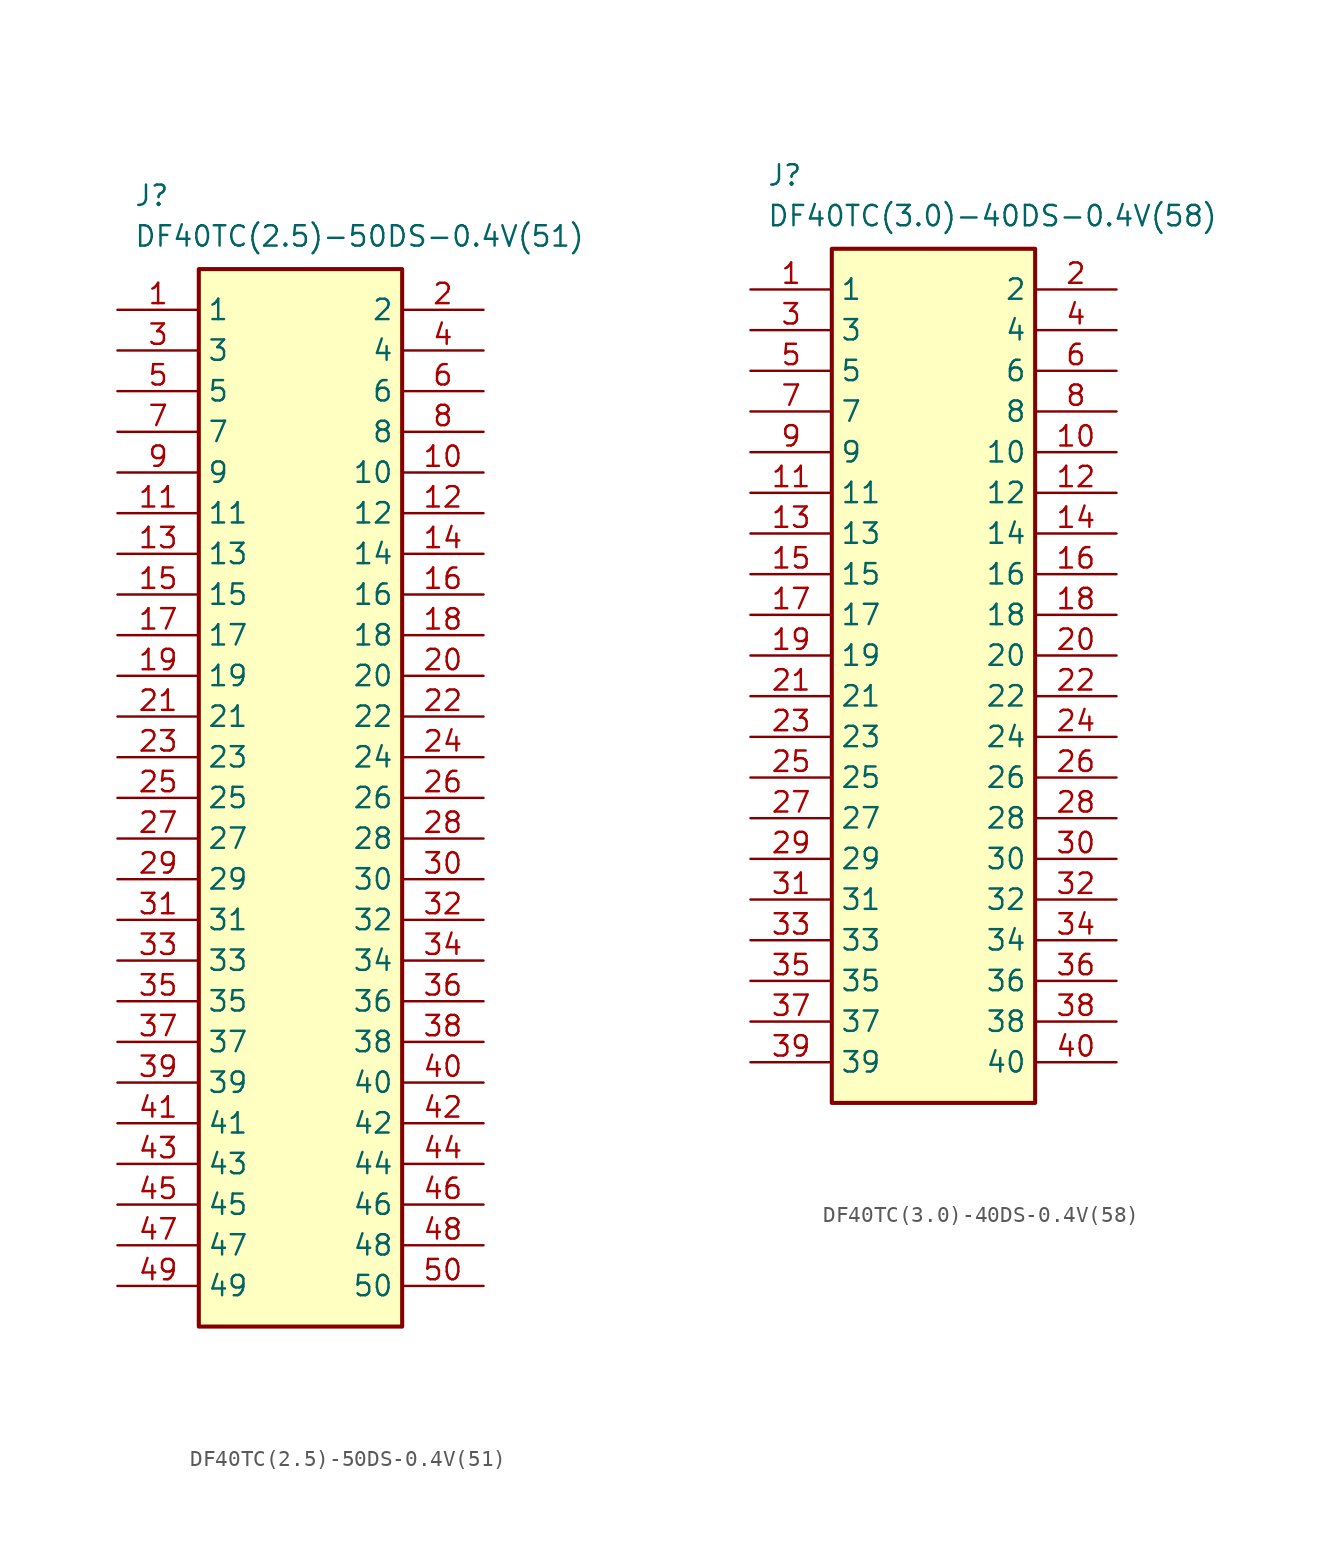
<source format=kicad_sym>
(kicad_symbol_lib
  (version 20241209)
  (generator "kicad_symbol_editor")
  (generator_version "9.0")
  (symbol "DF40TC(2.5)-50DS-0.4V(51)"
    (property "Reference" "J"
      (at 1.016 7.874 0)
      (effects (font (size 1.27 1.27)) (justify left top)))
    (property "Value" "DF40TC(2.5)-50DS-0.4V(51)"
      (at 1.016 5.334 0)
      (effects (font (size 1.27 1.27)) (justify left top)))
    (symbol "DF40TC(2.5)-50DS-0.4V(51)_1_1"
      (rectangle (start 5.08 2.54) (end 17.78 -63.5) (stroke (width 0.254) (type default)) (fill (type background)))
      (pin passive line (at 0 0 0) (length 5.08) (name "1" (effects (font (size 1.27 1.27)))) (number "1" (effects (font (size 1.27 1.27)))))
      (pin passive line (at 0 -2.54 0) (length 5.08) (name "3" (effects (font (size 1.27 1.27)))) (number "3" (effects (font (size 1.27 1.27)))))
      (pin passive line (at 0 -5.08 0) (length 5.08) (name "5" (effects (font (size 1.27 1.27)))) (number "5" (effects (font (size 1.27 1.27)))))
      (pin passive line (at 0 -7.62 0) (length 5.08) (name "7" (effects (font (size 1.27 1.27)))) (number "7" (effects (font (size 1.27 1.27)))))
      (pin passive line (at 0 -10.16 0) (length 5.08) (name "9" (effects (font (size 1.27 1.27)))) (number "9" (effects (font (size 1.27 1.27)))))
      (pin passive line (at 0 -12.7 0) (length 5.08) (name "11" (effects (font (size 1.27 1.27)))) (number "11" (effects (font (size 1.27 1.27)))))
      (pin passive line (at 0 -15.24 0) (length 5.08) (name "13" (effects (font (size 1.27 1.27)))) (number "13" (effects (font (size 1.27 1.27)))))
      (pin passive line (at 0 -17.78 0) (length 5.08) (name "15" (effects (font (size 1.27 1.27)))) (number "15" (effects (font (size 1.27 1.27)))))
      (pin passive line (at 0 -20.32 0) (length 5.08) (name "17" (effects (font (size 1.27 1.27)))) (number "17" (effects (font (size 1.27 1.27)))))
      (pin passive line (at 0 -22.86 0) (length 5.08) (name "19" (effects (font (size 1.27 1.27)))) (number "19" (effects (font (size 1.27 1.27)))))
      (pin passive line (at 0 -25.4 0) (length 5.08) (name "21" (effects (font (size 1.27 1.27)))) (number "21" (effects (font (size 1.27 1.27)))))
      (pin passive line (at 0 -27.94 0) (length 5.08) (name "23" (effects (font (size 1.27 1.27)))) (number "23" (effects (font (size 1.27 1.27)))))
      (pin passive line (at 0 -30.48 0) (length 5.08) (name "25" (effects (font (size 1.27 1.27)))) (number "25" (effects (font (size 1.27 1.27)))))
      (pin passive line (at 0 -33.02 0) (length 5.08) (name "27" (effects (font (size 1.27 1.27)))) (number "27" (effects (font (size 1.27 1.27)))))
      (pin passive line (at 0 -35.56 0) (length 5.08) (name "29" (effects (font (size 1.27 1.27)))) (number "29" (effects (font (size 1.27 1.27)))))
      (pin passive line (at 0 -38.1 0) (length 5.08) (name "31" (effects (font (size 1.27 1.27)))) (number "31" (effects (font (size 1.27 1.27)))))
      (pin passive line (at 0 -40.64 0) (length 5.08) (name "33" (effects (font (size 1.27 1.27)))) (number "33" (effects (font (size 1.27 1.27)))))
      (pin passive line (at 0 -43.18 0) (length 5.08) (name "35" (effects (font (size 1.27 1.27)))) (number "35" (effects (font (size 1.27 1.27)))))
      (pin passive line (at 0 -45.72 0) (length 5.08) (name "37" (effects (font (size 1.27 1.27)))) (number "37" (effects (font (size 1.27 1.27)))))
      (pin passive line (at 0 -48.26 0) (length 5.08) (name "39" (effects (font (size 1.27 1.27)))) (number "39" (effects (font (size 1.27 1.27)))))
      (pin passive line (at 0 -50.8 0) (length 5.08) (name "41" (effects (font (size 1.27 1.27)))) (number "41" (effects (font (size 1.27 1.27)))))
      (pin passive line (at 0 -53.34 0) (length 5.08) (name "43" (effects (font (size 1.27 1.27)))) (number "43" (effects (font (size 1.27 1.27)))))
      (pin passive line (at 0 -55.88 0) (length 5.08) (name "45" (effects (font (size 1.27 1.27)))) (number "45" (effects (font (size 1.27 1.27)))))
      (pin passive line (at 0 -58.42 0) (length 5.08) (name "47" (effects (font (size 1.27 1.27)))) (number "47" (effects (font (size 1.27 1.27)))))
      (pin passive line (at 0 -60.96 0) (length 5.08) (name "49" (effects (font (size 1.27 1.27)))) (number "49" (effects (font (size 1.27 1.27)))))
      (pin passive line (at 22.86 0 180) (length 5.08) (name "2" (effects (font (size 1.27 1.27)))) (number "2" (effects (font (size 1.27 1.27)))))
      (pin passive line (at 22.86 -2.54 180) (length 5.08) (name "4" (effects (font (size 1.27 1.27)))) (number "4" (effects (font (size 1.27 1.27)))))
      (pin passive line (at 22.86 -5.08 180) (length 5.08) (name "6" (effects (font (size 1.27 1.27)))) (number "6" (effects (font (size 1.27 1.27)))))
      (pin passive line (at 22.86 -7.62 180) (length 5.08) (name "8" (effects (font (size 1.27 1.27)))) (number "8" (effects (font (size 1.27 1.27)))))
      (pin passive line (at 22.86 -10.16 180) (length 5.08) (name "10" (effects (font (size 1.27 1.27)))) (number "10" (effects (font (size 1.27 1.27)))))
      (pin passive line (at 22.86 -12.7 180) (length 5.08) (name "12" (effects (font (size 1.27 1.27)))) (number "12" (effects (font (size 1.27 1.27)))))
      (pin passive line (at 22.86 -15.24 180) (length 5.08) (name "14" (effects (font (size 1.27 1.27)))) (number "14" (effects (font (size 1.27 1.27)))))
      (pin passive line (at 22.86 -17.78 180) (length 5.08) (name "16" (effects (font (size 1.27 1.27)))) (number "16" (effects (font (size 1.27 1.27)))))
      (pin passive line (at 22.86 -20.32 180) (length 5.08) (name "18" (effects (font (size 1.27 1.27)))) (number "18" (effects (font (size 1.27 1.27)))))
      (pin passive line (at 22.86 -22.86 180) (length 5.08) (name "20" (effects (font (size 1.27 1.27)))) (number "20" (effects (font (size 1.27 1.27)))))
      (pin passive line (at 22.86 -25.4 180) (length 5.08) (name "22" (effects (font (size 1.27 1.27)))) (number "22" (effects (font (size 1.27 1.27)))))
      (pin passive line (at 22.86 -27.94 180) (length 5.08) (name "24" (effects (font (size 1.27 1.27)))) (number "24" (effects (font (size 1.27 1.27)))))
      (pin passive line (at 22.86 -30.48 180) (length 5.08) (name "26" (effects (font (size 1.27 1.27)))) (number "26" (effects (font (size 1.27 1.27)))))
      (pin passive line (at 22.86 -33.02 180) (length 5.08) (name "28" (effects (font (size 1.27 1.27)))) (number "28" (effects (font (size 1.27 1.27)))))
      (pin passive line (at 22.86 -35.56 180) (length 5.08) (name "30" (effects (font (size 1.27 1.27)))) (number "30" (effects (font (size 1.27 1.27)))))
      (pin passive line (at 22.86 -38.1 180) (length 5.08) (name "32" (effects (font (size 1.27 1.27)))) (number "32" (effects (font (size 1.27 1.27)))))
      (pin passive line (at 22.86 -40.64 180) (length 5.08) (name "34" (effects (font (size 1.27 1.27)))) (number "34" (effects (font (size 1.27 1.27)))))
      (pin passive line (at 22.86 -43.18 180) (length 5.08) (name "36" (effects (font (size 1.27 1.27)))) (number "36" (effects (font (size 1.27 1.27)))))
      (pin passive line (at 22.86 -45.72 180) (length 5.08) (name "38" (effects (font (size 1.27 1.27)))) (number "38" (effects (font (size 1.27 1.27)))))
      (pin passive line (at 22.86 -48.26 180) (length 5.08) (name "40" (effects (font (size 1.27 1.27)))) (number "40" (effects (font (size 1.27 1.27)))))
      (pin passive line (at 22.86 -50.8 180) (length 5.08) (name "42" (effects (font (size 1.27 1.27)))) (number "42" (effects (font (size 1.27 1.27)))))
      (pin passive line (at 22.86 -53.34 180) (length 5.08) (name "44" (effects (font (size 1.27 1.27)))) (number "44" (effects (font (size 1.27 1.27)))))
      (pin passive line (at 22.86 -55.88 180) (length 5.08) (name "46" (effects (font (size 1.27 1.27)))) (number "46" (effects (font (size 1.27 1.27)))))
      (pin passive line (at 22.86 -58.42 180) (length 5.08) (name "48" (effects (font (size 1.27 1.27)))) (number "48" (effects (font (size 1.27 1.27)))))
      (pin passive line (at 22.86 -60.96 180) (length 5.08) (name "50" (effects (font (size 1.27 1.27)))) (number "50" (effects (font (size 1.27 1.27)))))))
  (symbol "DF40TC(3.0)-40DS-0.4V(58)"
    (property "Reference" "J"
      (at 1.016 7.874 0)
      (effects (font (size 1.27 1.27)) (justify left top)))
    (property "Value" "DF40TC(3.0)-40DS-0.4V(58)"
      (at 1.016 5.334 0)
      (effects (font (size 1.27 1.27)) (justify left top)))
    (symbol "DF40TC(3.0)-40DS-0.4V(58)_1_1"
      (rectangle (start 5.08 2.54) (end 17.78 -50.8) (stroke (width 0.254) (type default)) (fill (type background)))
      (pin passive line (at 0 0 0) (length 5.08) (name "1" (effects (font (size 1.27 1.27)))) (number "1" (effects (font (size 1.27 1.27)))))
      (pin passive line (at 0 -2.54 0) (length 5.08) (name "3" (effects (font (size 1.27 1.27)))) (number "3" (effects (font (size 1.27 1.27)))))
      (pin passive line (at 0 -5.08 0) (length 5.08) (name "5" (effects (font (size 1.27 1.27)))) (number "5" (effects (font (size 1.27 1.27)))))
      (pin passive line (at 0 -7.62 0) (length 5.08) (name "7" (effects (font (size 1.27 1.27)))) (number "7" (effects (font (size 1.27 1.27)))))
      (pin passive line (at 0 -10.16 0) (length 5.08) (name "9" (effects (font (size 1.27 1.27)))) (number "9" (effects (font (size 1.27 1.27)))))
      (pin passive line (at 0 -12.7 0) (length 5.08) (name "11" (effects (font (size 1.27 1.27)))) (number "11" (effects (font (size 1.27 1.27)))))
      (pin passive line (at 0 -15.24 0) (length 5.08) (name "13" (effects (font (size 1.27 1.27)))) (number "13" (effects (font (size 1.27 1.27)))))
      (pin passive line (at 0 -17.78 0) (length 5.08) (name "15" (effects (font (size 1.27 1.27)))) (number "15" (effects (font (size 1.27 1.27)))))
      (pin passive line (at 0 -20.32 0) (length 5.08) (name "17" (effects (font (size 1.27 1.27)))) (number "17" (effects (font (size 1.27 1.27)))))
      (pin passive line (at 0 -22.86 0) (length 5.08) (name "19" (effects (font (size 1.27 1.27)))) (number "19" (effects (font (size 1.27 1.27)))))
      (pin passive line (at 0 -25.4 0) (length 5.08) (name "21" (effects (font (size 1.27 1.27)))) (number "21" (effects (font (size 1.27 1.27)))))
      (pin passive line (at 0 -27.94 0) (length 5.08) (name "23" (effects (font (size 1.27 1.27)))) (number "23" (effects (font (size 1.27 1.27)))))
      (pin passive line (at 0 -30.48 0) (length 5.08) (name "25" (effects (font (size 1.27 1.27)))) (number "25" (effects (font (size 1.27 1.27)))))
      (pin passive line (at 0 -33.02 0) (length 5.08) (name "27" (effects (font (size 1.27 1.27)))) (number "27" (effects (font (size 1.27 1.27)))))
      (pin passive line (at 0 -35.56 0) (length 5.08) (name "29" (effects (font (size 1.27 1.27)))) (number "29" (effects (font (size 1.27 1.27)))))
      (pin passive line (at 0 -38.1 0) (length 5.08) (name "31" (effects (font (size 1.27 1.27)))) (number "31" (effects (font (size 1.27 1.27)))))
      (pin passive line (at 0 -40.64 0) (length 5.08) (name "33" (effects (font (size 1.27 1.27)))) (number "33" (effects (font (size 1.27 1.27)))))
      (pin passive line (at 0 -43.18 0) (length 5.08) (name "35" (effects (font (size 1.27 1.27)))) (number "35" (effects (font (size 1.27 1.27)))))
      (pin passive line (at 0 -45.72 0) (length 5.08) (name "37" (effects (font (size 1.27 1.27)))) (number "37" (effects (font (size 1.27 1.27)))))
      (pin passive line (at 0 -48.26 0) (length 5.08) (name "39" (effects (font (size 1.27 1.27)))) (number "39" (effects (font (size 1.27 1.27)))))
      (pin passive line (at 22.86 0 180) (length 5.08) (name "2" (effects (font (size 1.27 1.27)))) (number "2" (effects (font (size 1.27 1.27)))))
      (pin passive line (at 22.86 -2.54 180) (length 5.08) (name "4" (effects (font (size 1.27 1.27)))) (number "4" (effects (font (size 1.27 1.27)))))
      (pin passive line (at 22.86 -5.08 180) (length 5.08) (name "6" (effects (font (size 1.27 1.27)))) (number "6" (effects (font (size 1.27 1.27)))))
      (pin passive line (at 22.86 -7.62 180) (length 5.08) (name "8" (effects (font (size 1.27 1.27)))) (number "8" (effects (font (size 1.27 1.27)))))
      (pin passive line (at 22.86 -10.16 180) (length 5.08) (name "10" (effects (font (size 1.27 1.27)))) (number "10" (effects (font (size 1.27 1.27)))))
      (pin passive line (at 22.86 -12.7 180) (length 5.08) (name "12" (effects (font (size 1.27 1.27)))) (number "12" (effects (font (size 1.27 1.27)))))
      (pin passive line (at 22.86 -15.24 180) (length 5.08) (name "14" (effects (font (size 1.27 1.27)))) (number "14" (effects (font (size 1.27 1.27)))))
      (pin passive line (at 22.86 -17.78 180) (length 5.08) (name "16" (effects (font (size 1.27 1.27)))) (number "16" (effects (font (size 1.27 1.27)))))
      (pin passive line (at 22.86 -20.32 180) (length 5.08) (name "18" (effects (font (size 1.27 1.27)))) (number "18" (effects (font (size 1.27 1.27)))))
      (pin passive line (at 22.86 -22.86 180) (length 5.08) (name "20" (effects (font (size 1.27 1.27)))) (number "20" (effects (font (size 1.27 1.27)))))
      (pin passive line (at 22.86 -25.4 180) (length 5.08) (name "22" (effects (font (size 1.27 1.27)))) (number "22" (effects (font (size 1.27 1.27)))))
      (pin passive line (at 22.86 -27.94 180) (length 5.08) (name "24" (effects (font (size 1.27 1.27)))) (number "24" (effects (font (size 1.27 1.27)))))
      (pin passive line (at 22.86 -30.48 180) (length 5.08) (name "26" (effects (font (size 1.27 1.27)))) (number "26" (effects (font (size 1.27 1.27)))))
      (pin passive line (at 22.86 -33.02 180) (length 5.08) (name "28" (effects (font (size 1.27 1.27)))) (number "28" (effects (font (size 1.27 1.27)))))
      (pin passive line (at 22.86 -35.56 180) (length 5.08) (name "30" (effects (font (size 1.27 1.27)))) (number "30" (effects (font (size 1.27 1.27)))))
      (pin passive line (at 22.86 -38.1 180) (length 5.08) (name "32" (effects (font (size 1.27 1.27)))) (number "32" (effects (font (size 1.27 1.27)))))
      (pin passive line (at 22.86 -40.64 180) (length 5.08) (name "34" (effects (font (size 1.27 1.27)))) (number "34" (effects (font (size 1.27 1.27)))))
      (pin passive line (at 22.86 -43.18 180) (length 5.08) (name "36" (effects (font (size 1.27 1.27)))) (number "36" (effects (font (size 1.27 1.27)))))
      (pin passive line (at 22.86 -45.72 180) (length 5.08) (name "38" (effects (font (size 1.27 1.27)))) (number "38" (effects (font (size 1.27 1.27)))))
      (pin passive line (at 22.86 -48.26 180) (length 5.08) (name "40" (effects (font (size 1.27 1.27)))) (number "40" (effects (font (size 1.27 1.27))))))))
</source>
